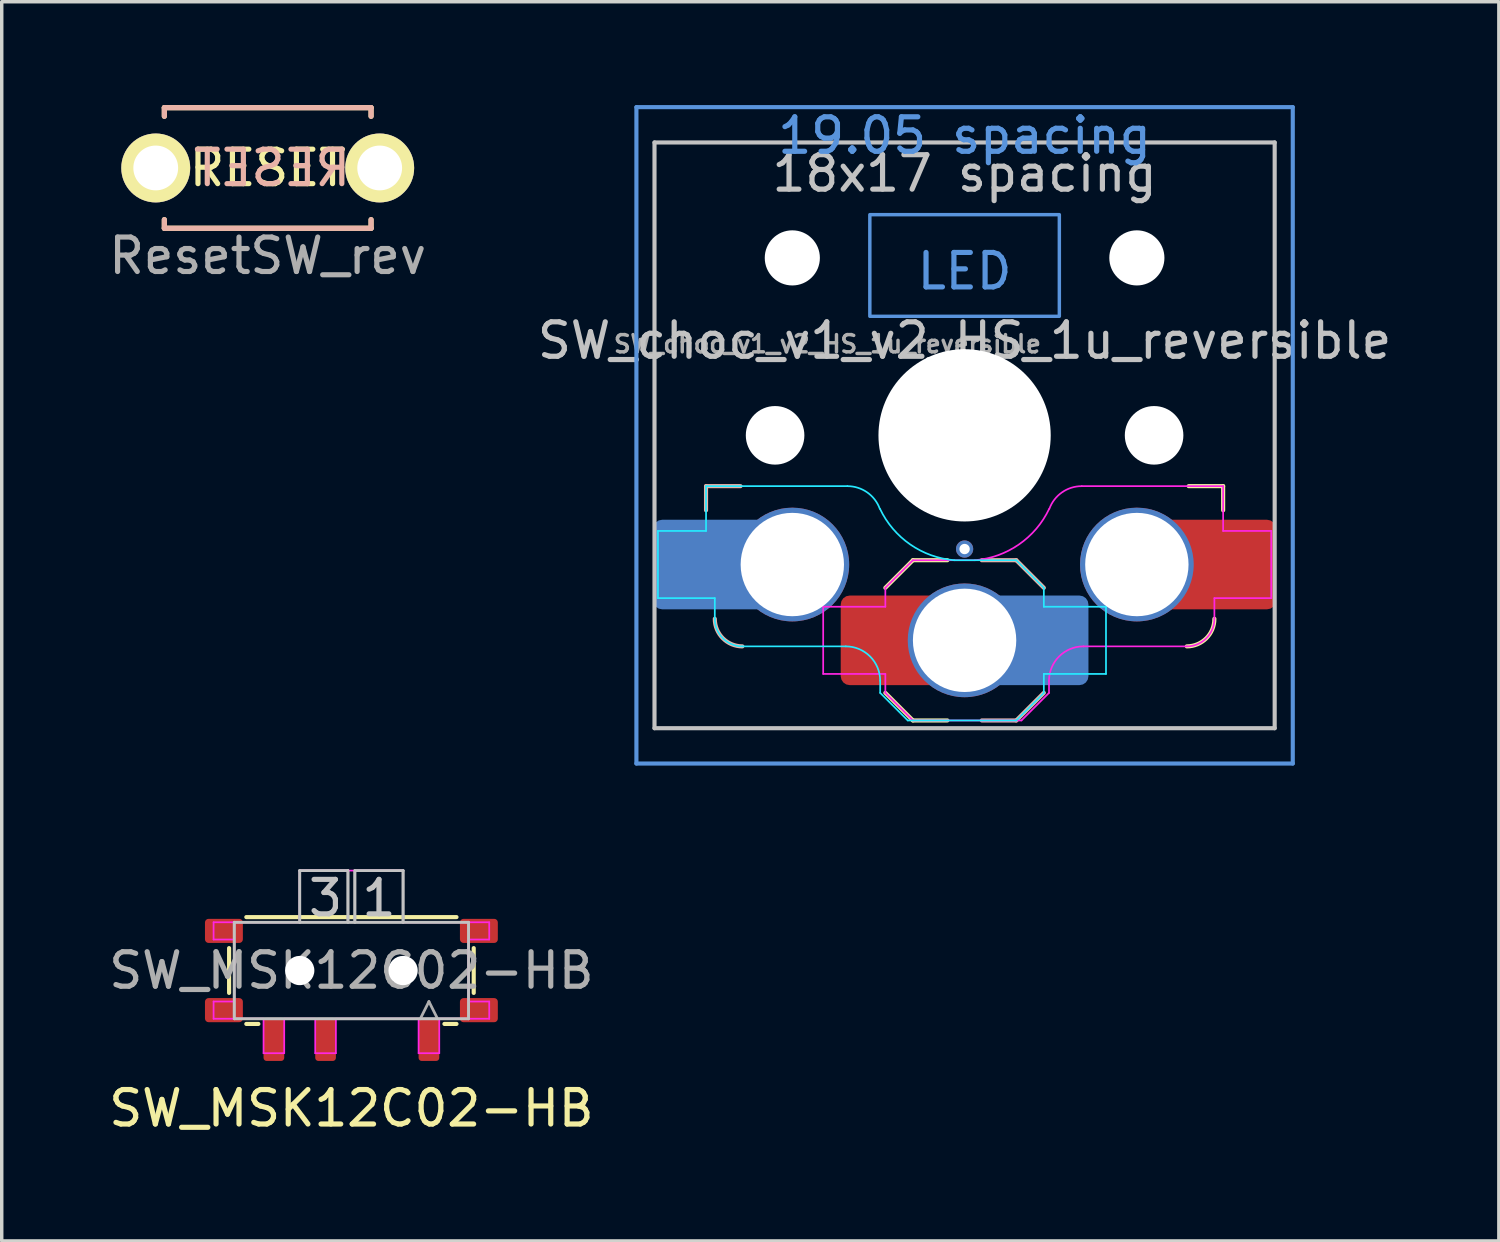
<source format=kicad_pcb>
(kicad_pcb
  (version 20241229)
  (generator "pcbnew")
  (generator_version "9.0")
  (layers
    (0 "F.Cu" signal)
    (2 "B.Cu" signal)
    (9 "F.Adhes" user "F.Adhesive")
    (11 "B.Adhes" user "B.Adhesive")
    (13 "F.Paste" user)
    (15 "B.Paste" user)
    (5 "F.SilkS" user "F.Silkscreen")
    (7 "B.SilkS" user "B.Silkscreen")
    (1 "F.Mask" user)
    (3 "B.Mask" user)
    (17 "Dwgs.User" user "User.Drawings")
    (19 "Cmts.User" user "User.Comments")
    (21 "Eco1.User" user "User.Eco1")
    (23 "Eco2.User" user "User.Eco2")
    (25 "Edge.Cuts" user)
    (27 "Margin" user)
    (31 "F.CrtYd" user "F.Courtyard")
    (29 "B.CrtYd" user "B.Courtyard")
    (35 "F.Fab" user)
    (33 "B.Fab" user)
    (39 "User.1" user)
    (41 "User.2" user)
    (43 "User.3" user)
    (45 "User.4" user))
  (footprint "ResetSW_rev"
    (layer "F.Cu")
    (at 4.72 1.825)
    (property "Reference" "ResetSW_rev" (at 0 2.55 0) (layer "F.Fab") (effects (font (size 1 1) (thickness 0.15))))
    (attr through_hole)
    (fp_line (start -3 -1.75) (end -3 -1.5) (stroke (width 0.15) (type solid)) (layer "F.SilkS"))
    (fp_line (start -3 -1.75) (end 3 -1.75) (stroke (width 0.15) (type solid)) (layer "F.SilkS"))
    (fp_line (start -3 1.75) (end -3 1.5) (stroke (width 0.15) (type solid)) (layer "F.SilkS"))
    (fp_line (start -3 1.75) (end 3 1.75) (stroke (width 0.15) (type solid)) (layer "F.SilkS"))
    (fp_line (start 3 -1.75) (end 3 -1.5) (stroke (width 0.15) (type solid)) (layer "F.SilkS"))
    (fp_line (start 3 1.75) (end 3 1.5) (stroke (width 0.15) (type solid)) (layer "F.SilkS"))
    (fp_line (start -3 -1.75) (end 3 -1.75) (stroke (width 0.15) (type solid)) (layer "B.SilkS"))
    (fp_line (start -3 -1.5) (end -3 -1.75) (stroke (width 0.15) (type solid)) (layer "B.SilkS"))
    (fp_line (start -3 1.75) (end -3 1.5) (stroke (width 0.15) (type solid)) (layer "B.SilkS"))
    (fp_line (start 3 -1.75) (end 3 -1.5) (stroke (width 0.15) (type solid)) (layer "B.SilkS"))
    (fp_line (start 3 1.5) (end 3 1.75) (stroke (width 0.15) (type solid)) (layer "B.SilkS"))
    (fp_line (start 3 1.75) (end -3 1.75) (stroke (width 0.15) (type solid)) (layer "B.SilkS"))
    (fp_text user "RESET" (at 0 0 0) (layer "F.SilkS") (effects (font (size 1 1) (thickness 0.15))))
    (fp_text user "RESET" (at 0.127 0 0) (layer "B.SilkS") (effects (font (size 1 1) (thickness 0.15)) (justify mirror)))
    (pad "1" thru_hole circle (at 3.25 0) (size 2 2) (drill 1.3) (layers "*.Cu" "*.Mask" "F.SilkS"))
    (pad "2" thru_hole circle (at -3.25 0) (size 2 2) (drill 1.3) (layers "*.Cu" "*.Mask" "F.SilkS")))
  (footprint "SW_MSK12C02-HB"
    (layer "F.Cu")
    (at 7.149 25.118)
    (property "Reference" "SW_MSK12C02-HB" (at 0 4 0) (unlocked yes) (layer "F.SilkS") (effects (font (size 1 1) (thickness 0.15))))
    (attr smd)
    (fp_line (start -3.55 -0.65) (end -3.55 0.65) (stroke (width 0.12) (type solid)) (layer "F.SilkS"))
    (fp_line (start -3.05 -1.55) (end 3.05 -1.55) (stroke (width 0.12) (type solid)) (layer "F.SilkS"))
    (fp_line (start -2.7 1.55) (end -3.05 1.55) (stroke (width 0.12) (type solid)) (layer "F.SilkS"))
    (fp_line (start 3.05 1.55) (end 2.7 1.55) (stroke (width 0.12) (type solid)) (layer "F.SilkS"))
    (fp_line (start 3.55 0.65) (end 3.55 -0.65) (stroke (width 0.12) (type solid)) (layer "F.SilkS"))
    (fp_line (start -3.4 -1.4) (end -3.4 1.4) (stroke (width 0.08) (type solid)) (layer "Dwgs.User"))
    (fp_line (start -3.4 1.4) (end 3.4 1.4) (stroke (width 0.08) (type solid)) (layer "Dwgs.User"))
    (fp_line (start -1.5 -2.9) (end -1.5 -1.4) (stroke (width 0.08) (type solid)) (layer "Dwgs.User"))
    (fp_line (start -0.1 -2.9) (end -1.5 -2.9) (stroke (width 0.08) (type solid)) (layer "Dwgs.User"))
    (fp_line (start -0.1 -1.4) (end -0.1 -2.9) (stroke (width 0.08) (type solid)) (layer "Dwgs.User"))
    (fp_line (start 0.1 -2.9) (end 1.5 -2.9) (stroke (width 0.08) (type solid)) (layer "Dwgs.User"))
    (fp_line (start 0.1 -1.4) (end 0.1 -2.9) (stroke (width 0.08) (type solid)) (layer "Dwgs.User"))
    (fp_line (start 1.5 -2.9) (end 1.5 -1.4) (stroke (width 0.08) (type solid)) (layer "Dwgs.User"))
    (fp_line (start 3.4 -1.4) (end -3.4 -1.4) (stroke (width 0.08) (type solid)) (layer "Dwgs.User"))
    (fp_line (start 3.4 1.4) (end 3.4 -1.4) (stroke (width 0.08) (type solid)) (layer "Dwgs.User"))
    (fp_line (start -4 -1.4) (end -4 -0.9) (stroke (width 0.05) (type solid)) (layer "F.CrtYd"))
    (fp_line (start -4 -1.4) (end -1.5 -1.4) (stroke (width 0.05) (type solid)) (layer "F.CrtYd"))
    (fp_line (start -4 -0.9) (end -3.4 -0.9) (stroke (width 0.05) (type solid)) (layer "F.CrtYd"))
    (fp_line (start -4 0.9) (end -4 1.4) (stroke (width 0.05) (type solid)) (layer "F.CrtYd"))
    (fp_line (start -3.4 0.9) (end -4 0.9) (stroke (width 0.05) (type solid)) (layer "F.CrtYd"))
    (fp_line (start -3.4 0.9) (end -3.4 -0.9) (stroke (width 0.05) (type solid)) (layer "F.CrtYd"))
    (fp_line (start -2.55 1.4) (end -4 1.4) (stroke (width 0.05) (type solid)) (layer "F.CrtYd"))
    (fp_line (start -2.55 2.4) (end -2.55 1.4) (stroke (width 0.05) (type solid)) (layer "F.CrtYd"))
    (fp_line (start -2.55 2.4) (end -1.95 2.4) (stroke (width 0.05) (type solid)) (layer "F.CrtYd"))
    (fp_line (start -1.95 1.4) (end -1.05 1.4) (stroke (width 0.05) (type solid)) (layer "F.CrtYd"))
    (fp_line (start -1.95 2.4) (end -1.95 1.4) (stroke (width 0.05) (type solid)) (layer "F.CrtYd"))
    (fp_line (start -1.5 -2.9) (end 1.5 -2.9) (stroke (width 0.05) (type solid)) (layer "F.CrtYd"))
    (fp_line (start -1.5 -1.4) (end -1.5 -2.9) (stroke (width 0.05) (type solid)) (layer "F.CrtYd"))
    (fp_line (start -1.05 2.4) (end -1.05 1.4) (stroke (width 0.05) (type solid)) (layer "F.CrtYd"))
    (fp_line (start -1.05 2.4) (end -0.45 2.4) (stroke (width 0.05) (type solid)) (layer "F.CrtYd"))
    (fp_line (start -0.45 1.4) (end 1.95 1.4) (stroke (width 0.05) (type solid)) (layer "F.CrtYd"))
    (fp_line (start -0.45 2.4) (end -0.45 1.4) (stroke (width 0.05) (type solid)) (layer "F.CrtYd"))
    (fp_line (start 1.5 -2.9) (end 1.5 -1.4) (stroke (width 0.05) (type solid)) (layer "F.CrtYd"))
    (fp_line (start 1.5 -1.4) (end 4 -1.4) (stroke (width 0.05) (type solid)) (layer "F.CrtYd"))
    (fp_line (start 1.95 2.4) (end 1.95 1.4) (stroke (width 0.05) (type solid)) (layer "F.CrtYd"))
    (fp_line (start 1.95 2.4) (end 2.55 2.4) (stroke (width 0.05) (type solid)) (layer "F.CrtYd"))
    (fp_line (start 2.55 1.4) (end 4 1.4) (stroke (width 0.05) (type solid)) (layer "F.CrtYd"))
    (fp_line (start 2.55 2.4) (end 2.55 1.4) (stroke (width 0.05) (type solid)) (layer "F.CrtYd"))
    (fp_line (start 3.4 -0.9) (end 4 -0.9) (stroke (width 0.05) (type solid)) (layer "F.CrtYd"))
    (fp_line (start 3.4 0.9) (end 3.4 -0.9) (stroke (width 0.05) (type solid)) (layer "F.CrtYd"))
    (fp_line (start 4 -0.9) (end 4 -1.4) (stroke (width 0.05) (type solid)) (layer "F.CrtYd"))
    (fp_line (start 4 0.9) (end 3.4 0.9) (stroke (width 0.05) (type solid)) (layer "F.CrtYd"))
    (fp_line (start 4 1.4) (end 4 0.9) (stroke (width 0.05) (type solid)) (layer "F.CrtYd"))
    (fp_line (start -3.4 -1.4) (end -3.4 1.4) (stroke (width 0.08) (type solid)) (layer "F.Fab"))
    (fp_line (start -3.4 1.4) (end 3.4 1.4) (stroke (width 0.08) (type solid)) (layer "F.Fab"))
    (fp_line (start -1.5 -2.9) (end -1.5 -1.4) (stroke (width 0.08) (type solid)) (layer "F.Fab"))
    (fp_line (start -0.1 -2.9) (end -1.5 -2.9) (stroke (width 0.08) (type solid)) (layer "F.Fab"))
    (fp_line (start -0.1 -1.4) (end -0.1 -2.9) (stroke (width 0.08) (type solid)) (layer "F.Fab"))
    (fp_line (start 0.1 -2.9) (end 1.5 -2.9) (stroke (width 0.08) (type solid)) (layer "F.Fab"))
    (fp_line (start 0.1 -1.4) (end 0.1 -2.9) (stroke (width 0.08) (type solid)) (layer "F.Fab"))
    (fp_line (start 1.5 -2.9) (end 1.5 -1.4) (stroke (width 0.08) (type solid)) (layer "F.Fab"))
    (fp_line (start 2 1.4) (end 2.25 0.9) (stroke (width 0.08) (type default)) (layer "F.Fab"))
    (fp_line (start 2.25 0.9) (end 2.5 1.4) (stroke (width 0.08) (type default)) (layer "F.Fab"))
    (fp_line (start 3.4 -1.4) (end -3.4 -1.4) (stroke (width 0.08) (type solid)) (layer "F.Fab"))
    (fp_line (start 3.4 1.4) (end 3.4 -1.4) (stroke (width 0.08) (type solid)) (layer "F.Fab"))
    (fp_text user "1" (at 0.8 -2.1 0) (unlocked yes) (layer "Dwgs.User") (effects (font (size 1 1) (thickness 0.15))))
    (fp_text user "3" (at -0.75 -2.1 0) (unlocked yes) (layer "Dwgs.User") (effects (font (size 1 1) (thickness 0.15))))
    (fp_text user "${REFERENCE}" (at 0 0 0) (layer "F.Fab") (effects (font (size 1 1) (thickness 0.15))))
    (pad "" np_thru_hole circle (at -1.5 0 180) (size 0.85 0.85) (drill 0.85) (layers "*.Cu" "*.Mask"))
    (pad "" np_thru_hole circle (at 1.5 0 180) (size 0.85 0.85) (drill 0.85) (layers "*.Cu" "*.Mask"))
    (pad "1" smd roundrect (at 2.25 2 180) (size 0.6 1.25) (layers "F.Cu" "F.Mask" "F.Paste") (roundrect_rratio 0.15))
    (pad "2" smd roundrect (at -0.75 2 180) (size 0.6 1.25) (layers "F.Cu" "F.Mask" "F.Paste") (roundrect_rratio 0.15))
    (pad "3" smd roundrect (at -2.25 2 180) (size 0.6 1.25) (layers "F.Cu" "F.Mask" "F.Paste") (roundrect_rratio 0.15))
    (pad "MP" smd roundrect (at -3.7 -1.15 270) (size 0.7 1.1) (layers "F.Cu" "F.Mask" "F.Paste") (roundrect_rratio 0.15))
    (pad "MP" smd roundrect (at -3.7 1.15 270) (size 0.7 1.1) (layers "F.Cu" "F.Mask" "F.Paste") (roundrect_rratio 0.15))
    (pad "MP" smd roundrect (at 3.7 -1.15 270) (size 0.7 1.1) (layers "F.Cu" "F.Mask" "F.Paste") (roundrect_rratio 0.15))
    (pad "MP" smd roundrect (at 3.7 1.15 270) (size 0.7 1.1) (layers "F.Cu" "F.Mask" "F.Paste") (roundrect_rratio 0.15)))
  (footprint "SW_choc_v1_v2_HS_1u_reversible"
    (layer "F.Cu")
    (at 24.946 9.585)
    (property "Reference" "SW_choc_v1_v2_HS_1u_reversible" (at 0 -2.75 180) (layer "Dwgs.User") (effects (font (size 1 1) (thickness 0.15))))
    (attr smd)
    (fp_line (start -2.3 7.475) (end -1.5 8.275) (stroke (width 0.12) (type solid)) (layer "F.SilkS"))
    (fp_line (start -1.5 3.625) (end -2.3 4.425) (stroke (width 0.12) (type solid)) (layer "F.SilkS"))
    (fp_line (start -1.5 3.625) (end -0.5 3.625) (stroke (width 0.12) (type solid)) (layer "F.SilkS"))
    (fp_line (start -1.5 8.275) (end -0.5 8.275) (stroke (width 0.12) (type solid)) (layer "F.SilkS"))
    (fp_line (start 7.504 1.475) (end 6.504 1.475) (stroke (width 0.12) (type solid)) (layer "F.SilkS"))
    (fp_line (start 7.504 1.475) (end 7.504 2.175) (stroke (width 0.12) (type solid)) (layer "F.SilkS"))
    (fp_arc (start 7.25 5.325) (mid 7.015685 5.890685) (end 6.45 6.125) (stroke (width 0.12) (type solid)) (layer "F.SilkS"))
    (fp_line (start -7.504 1.475) (end -7.504 2.175) (stroke (width 0.12) (type solid)) (layer "B.SilkS"))
    (fp_line (start -7.504 1.475) (end -6.504 1.475) (stroke (width 0.12) (type solid)) (layer "B.SilkS"))
    (fp_line (start 1.5 3.625) (end 0.5 3.625) (stroke (width 0.12) (type solid)) (layer "B.SilkS"))
    (fp_line (start 1.5 3.625) (end 2.3 4.425) (stroke (width 0.12) (type solid)) (layer "B.SilkS"))
    (fp_line (start 1.5 8.275) (end 0.5 8.275) (stroke (width 0.12) (type solid)) (layer "B.SilkS"))
    (fp_line (start 2.3 7.475) (end 1.5 8.275) (stroke (width 0.12) (type solid)) (layer "B.SilkS"))
    (fp_arc (start -6.45 6.125) (mid -7.015685 5.890685) (end -7.25 5.325) (stroke (width 0.12) (type solid)) (layer "B.SilkS"))
    (fp_line (start -9 -8.5) (end 9 -8.5) (stroke (width 0.12) (type solid)) (layer "Dwgs.User"))
    (fp_line (start -9 8.5) (end -9 -8.5) (stroke (width 0.12) (type solid)) (layer "Dwgs.User"))
    (fp_line (start 9 -8.5) (end 9 8.5) (stroke (width 0.12) (type solid)) (layer "Dwgs.User"))
    (fp_line (start 9 8.5) (end -9 8.5) (stroke (width 0.12) (type solid)) (layer "Dwgs.User"))
    (fp_line (start -9.525 -9.525) (end -9.525 9.525) (stroke (width 0.12) (type solid)) (layer "Cmts.User"))
    (fp_line (start -9.525 9.525) (end 9.525 9.525) (stroke (width 0.12) (type solid)) (layer "Cmts.User"))
    (fp_line (start 9.525 -9.525) (end -9.525 -9.525) (stroke (width 0.12) (type solid)) (layer "Cmts.User"))
    (fp_line (start 9.525 9.525) (end 9.525 -9.525) (stroke (width 0.12) (type solid)) (layer "Cmts.User"))
    (fp_rect (start -2.75 -6.405) (end 2.75 -3.455) (stroke (width 0.1) (type default)) (fill no) (layer "Cmts.User"))
    (fp_line (start -6.95 6.45) (end -6.95 -6.45) (stroke (width 0.05) (type solid)) (layer "Eco2.User"))
    (fp_line (start -6.45 -6.95) (end 6.45 -6.95) (stroke (width 0.05) (type solid)) (layer "Eco2.User"))
    (fp_line (start 6.45 6.95) (end -6.45 6.95) (stroke (width 0.05) (type solid)) (layer "Eco2.User"))
    (fp_line (start 6.95 -6.45) (end 6.95 6.45) (stroke (width 0.05) (type solid)) (layer "Eco2.User"))
    (fp_arc (start -6.95 -6.45) (mid -6.803553 -6.803553) (end -6.45 -6.95) (stroke (width 0.05) (type solid)) (layer "Eco2.User"))
    (fp_arc (start -6.45 6.95) (mid -6.803553 6.803553) (end -6.95 6.45) (stroke (width 0.05) (type solid)) (layer "Eco2.User"))
    (fp_arc (start 6.45 -6.95) (mid 6.803553 -6.803553) (end 6.95 -6.45) (stroke (width 0.05) (type solid)) (layer "Eco2.User"))
    (fp_arc (start 6.95 6.45) (mid 6.803553 6.803553) (end 6.45 6.95) (stroke (width 0.05) (type solid)) (layer "Eco2.User"))
    (fp_line (start -9 -8.5) (end 9 -8.5) (stroke (width 0.05) (type solid)) (layer "B.CrtYd"))
    (fp_line (start -9 8.5) (end -9 -8.5) (stroke (width 0.05) (type solid)) (layer "B.CrtYd"))
    (fp_line (start -8.9 2.775) (end -7.504 2.775) (stroke (width 0.05) (type solid)) (layer "B.CrtYd"))
    (fp_line (start -8.9 4.725) (end -8.9 2.775) (stroke (width 0.05) (type solid)) (layer "B.CrtYd"))
    (fp_line (start -7.504 1.475) (end -7.504 2.175) (stroke (width 0.05) (type solid)) (layer "B.CrtYd"))
    (fp_line (start -7.504 1.475) (end -3.4 1.475) (stroke (width 0.05) (type solid)) (layer "B.CrtYd"))
    (fp_line (start -7.504 2.175) (end -7.504 2.775) (stroke (width 0.05) (type solid)) (layer "B.CrtYd"))
    (fp_line (start -7.25 4.725) (end -8.9 4.725) (stroke (width 0.05) (type solid)) (layer "B.CrtYd"))
    (fp_line (start -7.25 5.325) (end -7.25 4.725) (stroke (width 0.05) (type solid)) (layer "B.CrtYd"))
    (fp_line (start -3.45 6.125) (end -6.45 6.125) (stroke (width 0.05) (type solid)) (layer "B.CrtYd"))
    (fp_line (start -2.45 7.475) (end -2.45 7.125) (stroke (width 0.05) (type solid)) (layer "B.CrtYd"))
    (fp_line (start -2.45 7.475) (end -1.65 8.275) (stroke (width 0.05) (type solid)) (layer "B.CrtYd"))
    (fp_line (start 1.5 3.625) (end -0.3 3.625) (stroke (width 0.05) (type solid)) (layer "B.CrtYd"))
    (fp_line (start 1.5 3.625) (end 2.3 4.425) (stroke (width 0.05) (type solid)) (layer "B.CrtYd"))
    (fp_line (start 1.5 8.275) (end -1.65 8.275) (stroke (width 0.05) (type solid)) (layer "B.CrtYd"))
    (fp_line (start 2.3 4.975) (end 2.3 4.425) (stroke (width 0.05) (type solid)) (layer "B.CrtYd"))
    (fp_line (start 2.3 7.475) (end 1.5 8.275) (stroke (width 0.05) (type solid)) (layer "B.CrtYd"))
    (fp_line (start 2.3 7.475) (end 2.3 6.925) (stroke (width 0.05) (type solid)) (layer "B.CrtYd"))
    (fp_line (start 4.104 4.975) (end 2.3 4.975) (stroke (width 0.05) (type solid)) (layer "B.CrtYd"))
    (fp_line (start 4.104 4.975) (end 4.104 6.925) (stroke (width 0.05) (type solid)) (layer "B.CrtYd"))
    (fp_line (start 4.104 6.925) (end 2.3 6.925) (stroke (width 0.05) (type solid)) (layer "B.CrtYd"))
    (fp_line (start 9 -8.5) (end 9 8.5) (stroke (width 0.05) (type solid)) (layer "B.CrtYd"))
    (fp_line (start 9 8.5) (end -9 8.5) (stroke (width 0.05) (type solid)) (layer "B.CrtYd"))
    (fp_arc (start -6.45 6.125) (mid -7.015685 5.890685) (end -7.25 5.325) (stroke (width 0.05) (type solid)) (layer "B.CrtYd"))
    (fp_arc (start -3.45 6.125) (mid -2.742893 6.417893) (end -2.45 7.125) (stroke (width 0.05) (type solid)) (layer "B.CrtYd"))
    (fp_arc (start -3.4 1.475) (mid -2.826423 1.655848) (end -2.460307 2.13298) (stroke (width 0.05) (type solid)) (layer "B.CrtYd"))
    (fp_arc (start -0.299999 3.624999) (mid -1.577272 3.167235) (end -2.455444 2.13293) (stroke (width 0.05) (type solid)) (layer "B.CrtYd"))
    (fp_line (start -4.104 4.975) (end -4.104 6.925) (stroke (width 0.05) (type solid)) (layer "F.CrtYd"))
    (fp_line (start -4.104 4.975) (end -2.3 4.975) (stroke (width 0.05) (type solid)) (layer "F.CrtYd"))
    (fp_line (start -4.104 6.925) (end -2.3 6.925) (stroke (width 0.05) (type solid)) (layer "F.CrtYd"))
    (fp_line (start -2.3 4.975) (end -2.3 4.425) (stroke (width 0.05) (type solid)) (layer "F.CrtYd"))
    (fp_line (start -2.3 7.475) (end -2.3 6.925) (stroke (width 0.05) (type solid)) (layer "F.CrtYd"))
    (fp_line (start -2.3 7.475) (end -1.5 8.275) (stroke (width 0.05) (type solid)) (layer "F.CrtYd"))
    (fp_line (start -1.5 3.625) (end -2.3 4.425) (stroke (width 0.05) (type solid)) (layer "F.CrtYd"))
    (fp_line (start -1.5 3.625) (end 0.3 3.625) (stroke (width 0.05) (type solid)) (layer "F.CrtYd"))
    (fp_line (start -1.5 8.275) (end 1.65 8.275) (stroke (width 0.05) (type solid)) (layer "F.CrtYd"))
    (fp_line (start 2.45 7.475) (end 1.65 8.275) (stroke (width 0.05) (type solid)) (layer "F.CrtYd"))
    (fp_line (start 2.45 7.475) (end 2.45 7.125) (stroke (width 0.05) (type solid)) (layer "F.CrtYd"))
    (fp_line (start 3.45 6.125) (end 6.45 6.125) (stroke (width 0.05) (type solid)) (layer "F.CrtYd"))
    (fp_line (start 7.25 4.725) (end 8.9 4.725) (stroke (width 0.05) (type solid)) (layer "F.CrtYd"))
    (fp_line (start 7.25 5.325) (end 7.25 4.725) (stroke (width 0.05) (type solid)) (layer "F.CrtYd"))
    (fp_line (start 7.504 1.475) (end 3.4 1.475) (stroke (width 0.05) (type solid)) (layer "F.CrtYd"))
    (fp_line (start 7.504 1.475) (end 7.504 2.175) (stroke (width 0.05) (type solid)) (layer "F.CrtYd"))
    (fp_line (start 7.504 2.175) (end 7.504 2.775) (stroke (width 0.05) (type solid)) (layer "F.CrtYd"))
    (fp_line (start 8.9 2.775) (end 7.504 2.775) (stroke (width 0.05) (type solid)) (layer "F.CrtYd"))
    (fp_line (start 8.9 4.725) (end 8.9 2.775) (stroke (width 0.05) (type solid)) (layer "F.CrtYd"))
    (fp_rect (start -9 -8.5) (end 9 8.5) (stroke (width 0.05) (type default)) (fill no) (layer "F.CrtYd"))
    (fp_arc (start 2.45 7.125) (mid 2.742893 6.417893) (end 3.45 6.125) (stroke (width 0.05) (type solid)) (layer "F.CrtYd"))
    (fp_arc (start 2.455444 2.13293) (mid 1.577272 3.167235) (end 0.299999 3.624999) (stroke (width 0.05) (type solid)) (layer "F.CrtYd"))
    (fp_arc (start 2.460307 2.13298) (mid 2.826423 1.655848) (end 3.4 1.475) (stroke (width 0.05) (type solid)) (layer "F.CrtYd"))
    (fp_arc (start 7.25 5.325) (mid 7.015685 5.890685) (end 6.45 6.125) (stroke (width 0.05) (type solid)) (layer "F.CrtYd"))
    (fp_text user "18x17 spacing" (at 0 -7.6 180) (layer "Dwgs.User") (effects (font (size 1 1) (thickness 0.15))))
    (fp_text user "19.05 spacing" (at 0 -8.7 180) (layer "Cmts.User") (effects (font (size 1 1) (thickness 0.15))))
    (fp_text user "LED" (at 0 -4.763 0) (unlocked yes) (layer "Cmts.User") (effects (font (size 1 1) (thickness 0.15))))
    (fp_text user "${REFERENCE}" (at -3.98 -2.65 0) (layer "F.Fab") (effects (font (size 0.5 0.5) (thickness 0.1))))
    (pad "" np_thru_hole circle (at -5.5 0 180) (size 1.7 1.7) (drill 1.7) (layers "*.Cu" "*.Mask"))
    (pad "" np_thru_hole circle (at -5 -5.15 180) (size 1.6 1.6) (drill 1.6) (layers "*.Cu" "*.Mask"))
    (pad "" np_thru_hole circle (at 0 0 180) (size 5 5) (drill 5) (layers "*.Cu" "*.Mask"))
    (pad "" np_thru_hole circle (at 5 -5.15 180) (size 1.6 1.6) (drill 1.6) (layers "*.Cu" "*.Mask"))
    (pad "" np_thru_hole circle (at 5.5 0 180) (size 1.7 1.7) (drill 1.7) (layers "*.Cu" "*.Mask"))
    (pad "1" smd roundrect (at -7.112 3.75) (size 3.85 2.6) (layers "B.Cu" "B.Mask" "B.Paste") (roundrect_rratio 0.1))
    (pad "1" thru_hole circle (at -5 3.75) (size 3.3 3.3) (drill 3) (layers "*.Cu" "B.Mask"))
    (pad "1" thru_hole circle (at 0 3.3) (size 0.5 0.5) (drill 0.3) (layers "*.Cu" "*.Mask"))
    (pad "1" thru_hole circle (at 5 3.75) (size 3.3 3.3) (drill 3) (layers "*.Cu" "F.Mask"))
    (pad "1" smd roundrect (at 7.112 3.75) (size 3.85 2.6) (layers "F.Cu" "F.Mask" "F.Paste") (roundrect_rratio 0.1))
    (pad "2" smd roundrect (at -2.045 5.95) (size 3.1 2.6) (layers "F.Cu" "F.Mask" "F.Paste") (roundrect_rratio 0.1))
    (pad "2" thru_hole circle (at 0 5.95) (size 3.3 3.3) (drill 3) (layers "*.Cu" "B.Mask"))
    (pad "2" smd roundrect (at 2.045 5.95) (size 3.1 2.6) (layers "B.Cu" "B.Mask" "B.Paste") (roundrect_rratio 0.1)))
  (gr_rect
    (start -3 -3)
    (end 40.452 32.967)
    (stroke (width 0.1) (type default))
    (fill no)
    (layer "Edge.Cuts")))
</source>
